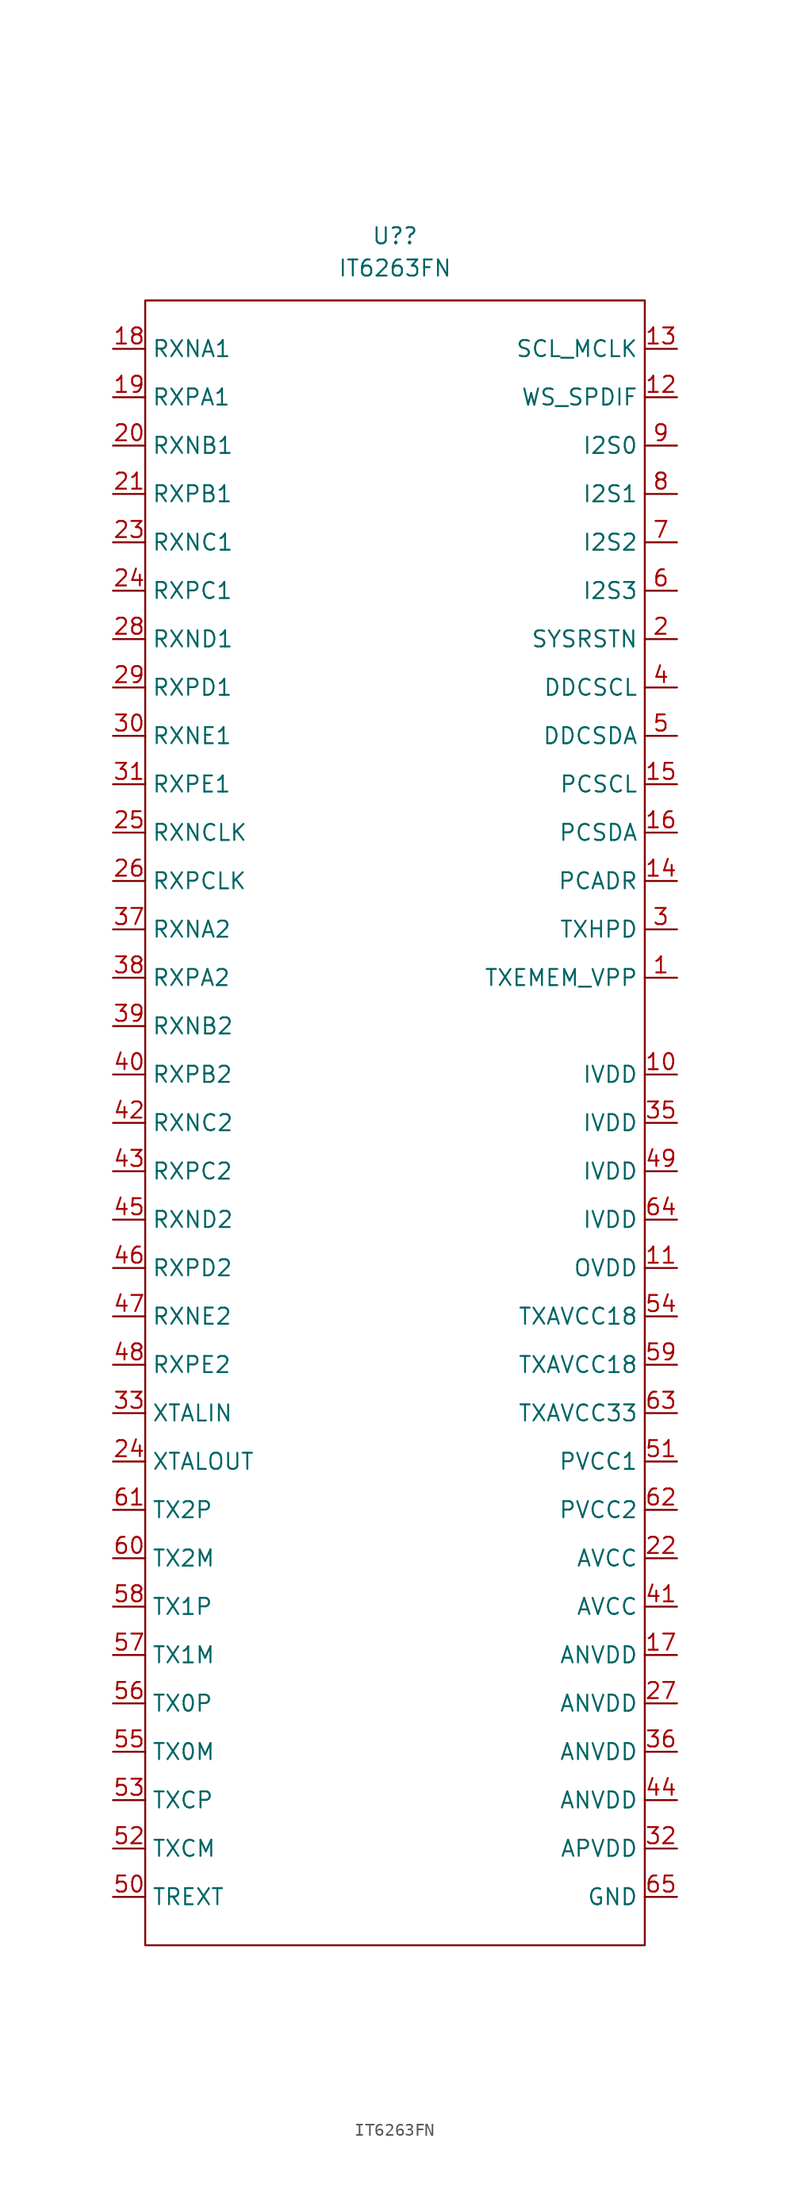
<source format=kicad_sym>
(kicad_symbol_lib
  (version 20211014)
  (generator kicad_symbol_editor)
  (symbol "IT6263FN"
    (property "Reference" "U?"
      (at 0.635 69.85 0)
      (effects (font (size 1.27 1.27))))
    (property "Value" "IT6263FN"
      (at 0.635 67.31 0)
      (effects (font (size 1.27 1.27))))
    (symbol "IT6263FN_0_1"
      (rectangle (start -19.05 64.77) (end 20.32 -64.77) (stroke (width 0) (type default) (color 0 0 0 0)) (fill (type none))))
    (symbol "IT6263FN_1_1"
      (pin input line (at 22.86 11.43 180) (length 2.54) (name "TXEMEM_VPP" (effects (font (size 1.27 1.27)))) (number "1" (effects (font (size 1.27 1.27)))))
      (pin power_in line (at 22.86 3.81 180) (length 2.54) (name "IVDD" (effects (font (size 1.27 1.27)))) (number "10" (effects (font (size 1.27 1.27)))))
      (pin power_out line (at 22.86 -11.43 180) (length 2.54) (name "OVDD" (effects (font (size 1.27 1.27)))) (number "11" (effects (font (size 1.27 1.27)))))
      (pin input line (at 22.86 57.15 180) (length 2.54) (name "WS_SPDIF" (effects (font (size 1.27 1.27)))) (number "12" (effects (font (size 1.27 1.27)))))
      (pin input line (at 22.86 60.96 180) (length 2.54) (name "SCL_MCLK" (effects (font (size 1.27 1.27)))) (number "13" (effects (font (size 1.27 1.27)))))
      (pin input line (at 22.86 19.05 180) (length 2.54) (name "PCADR" (effects (font (size 1.27 1.27)))) (number "14" (effects (font (size 1.27 1.27)))))
      (pin input line (at 22.86 26.67 180) (length 2.54) (name "PCSCL" (effects (font (size 1.27 1.27)))) (number "15" (effects (font (size 1.27 1.27)))))
      (pin bidirectional line (at 22.86 22.86 180) (length 2.54) (name "PCSDA" (effects (font (size 1.27 1.27)))) (number "16" (effects (font (size 1.27 1.27)))))
      (pin power_out line (at 22.86 -41.91 180) (length 2.54) (name "ANVDD" (effects (font (size 1.27 1.27)))) (number "17" (effects (font (size 1.27 1.27)))))
      (pin passive line (at -21.59 60.96 0) (length 2.54) (name "RXNA1" (effects (font (size 1.27 1.27)))) (number "18" (effects (font (size 1.27 1.27)))))
      (pin passive line (at -21.59 57.15 0) (length 2.54) (name "RXPA1" (effects (font (size 1.27 1.27)))) (number "19" (effects (font (size 1.27 1.27)))))
      (pin input line (at 22.86 38.1 180) (length 2.54) (name "SYSRSTN" (effects (font (size 1.27 1.27)))) (number "2" (effects (font (size 1.27 1.27)))))
      (pin passive line (at -21.59 53.34 0) (length 2.54) (name "RXNB1" (effects (font (size 1.27 1.27)))) (number "20" (effects (font (size 1.27 1.27)))))
      (pin passive line (at -21.59 49.53 0) (length 2.54) (name "RXPB1" (effects (font (size 1.27 1.27)))) (number "21" (effects (font (size 1.27 1.27)))))
      (pin power_in line (at 22.86 -34.29 180) (length 2.54) (name "AVCC" (effects (font (size 1.27 1.27)))) (number "22" (effects (font (size 1.27 1.27)))))
      (pin passive line (at -21.59 45.72 0) (length 2.54) (name "RXNC1" (effects (font (size 1.27 1.27)))) (number "23" (effects (font (size 1.27 1.27)))))
      (pin passive line (at -21.59 41.91 0) (length 2.54) (name "RXPC1" (effects (font (size 1.27 1.27)))) (number "24" (effects (font (size 1.27 1.27)))))
      (pin passive line (at -21.59 -26.67 0) (length 2.54) (name "XTALOUT" (effects (font (size 1.27 1.27)))) (number "24" (effects (font (size 1.27 1.27)))))
      (pin passive line (at -21.59 22.86 0) (length 2.54) (name "RXNCLK" (effects (font (size 1.27 1.27)))) (number "25" (effects (font (size 1.27 1.27)))))
      (pin passive line (at -21.59 19.05 0) (length 2.54) (name "RXPCLK" (effects (font (size 1.27 1.27)))) (number "26" (effects (font (size 1.27 1.27)))))
      (pin power_out line (at 22.86 -45.72 180) (length 2.54) (name "ANVDD" (effects (font (size 1.27 1.27)))) (number "27" (effects (font (size 1.27 1.27)))))
      (pin passive line (at -21.59 38.1 0) (length 2.54) (name "RXND1" (effects (font (size 1.27 1.27)))) (number "28" (effects (font (size 1.27 1.27)))))
      (pin passive line (at -21.59 34.29 0) (length 2.54) (name "RXPD1" (effects (font (size 1.27 1.27)))) (number "29" (effects (font (size 1.27 1.27)))))
      (pin input line (at 22.86 15.24 180) (length 2.54) (name "TXHPD" (effects (font (size 1.27 1.27)))) (number "3" (effects (font (size 1.27 1.27)))))
      (pin passive line (at -21.59 30.48 0) (length 2.54) (name "RXNE1" (effects (font (size 1.27 1.27)))) (number "30" (effects (font (size 1.27 1.27)))))
      (pin passive line (at -21.59 26.67 0) (length 2.54) (name "RXPE1" (effects (font (size 1.27 1.27)))) (number "31" (effects (font (size 1.27 1.27)))))
      (pin power_out line (at 22.86 -57.15 180) (length 2.54) (name "APVDD" (effects (font (size 1.27 1.27)))) (number "32" (effects (font (size 1.27 1.27)))))
      (pin passive line (at -21.59 -22.86 0) (length 2.54) (name "XTALIN" (effects (font (size 1.27 1.27)))) (number "33" (effects (font (size 1.27 1.27)))))
      (pin power_in line (at 22.86 0 180) (length 2.54) (name "IVDD" (effects (font (size 1.27 1.27)))) (number "35" (effects (font (size 1.27 1.27)))))
      (pin power_out line (at 22.86 -49.53 180) (length 2.54) (name "ANVDD" (effects (font (size 1.27 1.27)))) (number "36" (effects (font (size 1.27 1.27)))))
      (pin passive line (at -21.59 15.24 0) (length 2.54) (name "RXNA2" (effects (font (size 1.27 1.27)))) (number "37" (effects (font (size 1.27 1.27)))))
      (pin passive line (at -21.59 11.43 0) (length 2.54) (name "RXPA2" (effects (font (size 1.27 1.27)))) (number "38" (effects (font (size 1.27 1.27)))))
      (pin passive line (at -21.59 7.62 0) (length 2.54) (name "RXNB2" (effects (font (size 1.27 1.27)))) (number "39" (effects (font (size 1.27 1.27)))))
      (pin bidirectional line (at 22.86 34.29 180) (length 2.54) (name "DDCSCL" (effects (font (size 1.27 1.27)))) (number "4" (effects (font (size 1.27 1.27)))))
      (pin passive line (at -21.59 3.81 0) (length 2.54) (name "RXPB2" (effects (font (size 1.27 1.27)))) (number "40" (effects (font (size 1.27 1.27)))))
      (pin power_in line (at 22.86 -38.1 180) (length 2.54) (name "AVCC" (effects (font (size 1.27 1.27)))) (number "41" (effects (font (size 1.27 1.27)))))
      (pin passive line (at -21.59 0 0) (length 2.54) (name "RXNC2" (effects (font (size 1.27 1.27)))) (number "42" (effects (font (size 1.27 1.27)))))
      (pin passive line (at -21.59 -3.81 0) (length 2.54) (name "RXPC2" (effects (font (size 1.27 1.27)))) (number "43" (effects (font (size 1.27 1.27)))))
      (pin power_out line (at 22.86 -53.34 180) (length 2.54) (name "ANVDD" (effects (font (size 1.27 1.27)))) (number "44" (effects (font (size 1.27 1.27)))))
      (pin passive line (at -21.59 -7.62 0) (length 2.54) (name "RXND2" (effects (font (size 1.27 1.27)))) (number "45" (effects (font (size 1.27 1.27)))))
      (pin passive line (at -21.59 -11.43 0) (length 2.54) (name "RXPD2" (effects (font (size 1.27 1.27)))) (number "46" (effects (font (size 1.27 1.27)))))
      (pin passive line (at -21.59 -15.24 0) (length 2.54) (name "RXNE2" (effects (font (size 1.27 1.27)))) (number "47" (effects (font (size 1.27 1.27)))))
      (pin passive line (at -21.59 -19.05 0) (length 2.54) (name "RXPE2" (effects (font (size 1.27 1.27)))) (number "48" (effects (font (size 1.27 1.27)))))
      (pin power_in line (at 22.86 -3.81 180) (length 2.54) (name "IVDD" (effects (font (size 1.27 1.27)))) (number "49" (effects (font (size 1.27 1.27)))))
      (pin bidirectional line (at 22.86 30.48 180) (length 2.54) (name "DDCSDA" (effects (font (size 1.27 1.27)))) (number "5" (effects (font (size 1.27 1.27)))))
      (pin passive line (at -21.59 -60.96 0) (length 2.54) (name "TREXT" (effects (font (size 1.27 1.27)))) (number "50" (effects (font (size 1.27 1.27)))))
      (pin power_in line (at 22.86 -26.67 180) (length 2.54) (name "PVCC1" (effects (font (size 1.27 1.27)))) (number "51" (effects (font (size 1.27 1.27)))))
      (pin passive line (at -21.59 -57.15 0) (length 2.54) (name "TXCM" (effects (font (size 1.27 1.27)))) (number "52" (effects (font (size 1.27 1.27)))))
      (pin passive line (at -21.59 -53.34 0) (length 2.54) (name "TXCP" (effects (font (size 1.27 1.27)))) (number "53" (effects (font (size 1.27 1.27)))))
      (pin power_in line (at 22.86 -15.24 180) (length 2.54) (name "TXAVCC18" (effects (font (size 1.27 1.27)))) (number "54" (effects (font (size 1.27 1.27)))))
      (pin passive line (at -21.59 -49.53 0) (length 2.54) (name "TX0M" (effects (font (size 1.27 1.27)))) (number "55" (effects (font (size 1.27 1.27)))))
      (pin passive line (at -21.59 -45.72 0) (length 2.54) (name "TX0P" (effects (font (size 1.27 1.27)))) (number "56" (effects (font (size 1.27 1.27)))))
      (pin passive line (at -21.59 -41.91 0) (length 2.54) (name "TX1M" (effects (font (size 1.27 1.27)))) (number "57" (effects (font (size 1.27 1.27)))))
      (pin passive line (at -21.59 -38.1 0) (length 2.54) (name "TX1P" (effects (font (size 1.27 1.27)))) (number "58" (effects (font (size 1.27 1.27)))))
      (pin power_in line (at 22.86 -19.05 180) (length 2.54) (name "TXAVCC18" (effects (font (size 1.27 1.27)))) (number "59" (effects (font (size 1.27 1.27)))))
      (pin input line (at 22.86 41.91 180) (length 2.54) (name "I2S3" (effects (font (size 1.27 1.27)))) (number "6" (effects (font (size 1.27 1.27)))))
      (pin passive line (at -21.59 -34.29 0) (length 2.54) (name "TX2M" (effects (font (size 1.27 1.27)))) (number "60" (effects (font (size 1.27 1.27)))))
      (pin passive line (at -21.59 -30.48 0) (length 2.54) (name "TX2P" (effects (font (size 1.27 1.27)))) (number "61" (effects (font (size 1.27 1.27)))))
      (pin power_in line (at 22.86 -30.48 180) (length 2.54) (name "PVCC2" (effects (font (size 1.27 1.27)))) (number "62" (effects (font (size 1.27 1.27)))))
      (pin power_in line (at 22.86 -22.86 180) (length 2.54) (name "TXAVCC33" (effects (font (size 1.27 1.27)))) (number "63" (effects (font (size 1.27 1.27)))))
      (pin power_in line (at 22.86 -7.62 180) (length 2.54) (name "IVDD" (effects (font (size 1.27 1.27)))) (number "64" (effects (font (size 1.27 1.27)))))
      (pin power_out line (at 22.86 -60.96 180) (length 2.54) (name "GND" (effects (font (size 1.27 1.27)))) (number "65" (effects (font (size 1.27 1.27)))))
      (pin input line (at 22.86 45.72 180) (length 2.54) (name "I2S2" (effects (font (size 1.27 1.27)))) (number "7" (effects (font (size 1.27 1.27)))))
      (pin input line (at 22.86 49.53 180) (length 2.54) (name "I2S1" (effects (font (size 1.27 1.27)))) (number "8" (effects (font (size 1.27 1.27)))))
      (pin input line (at 22.86 53.34 180) (length 2.54) (name "I2S0" (effects (font (size 1.27 1.27)))) (number "9" (effects (font (size 1.27 1.27))))))))
</source>
